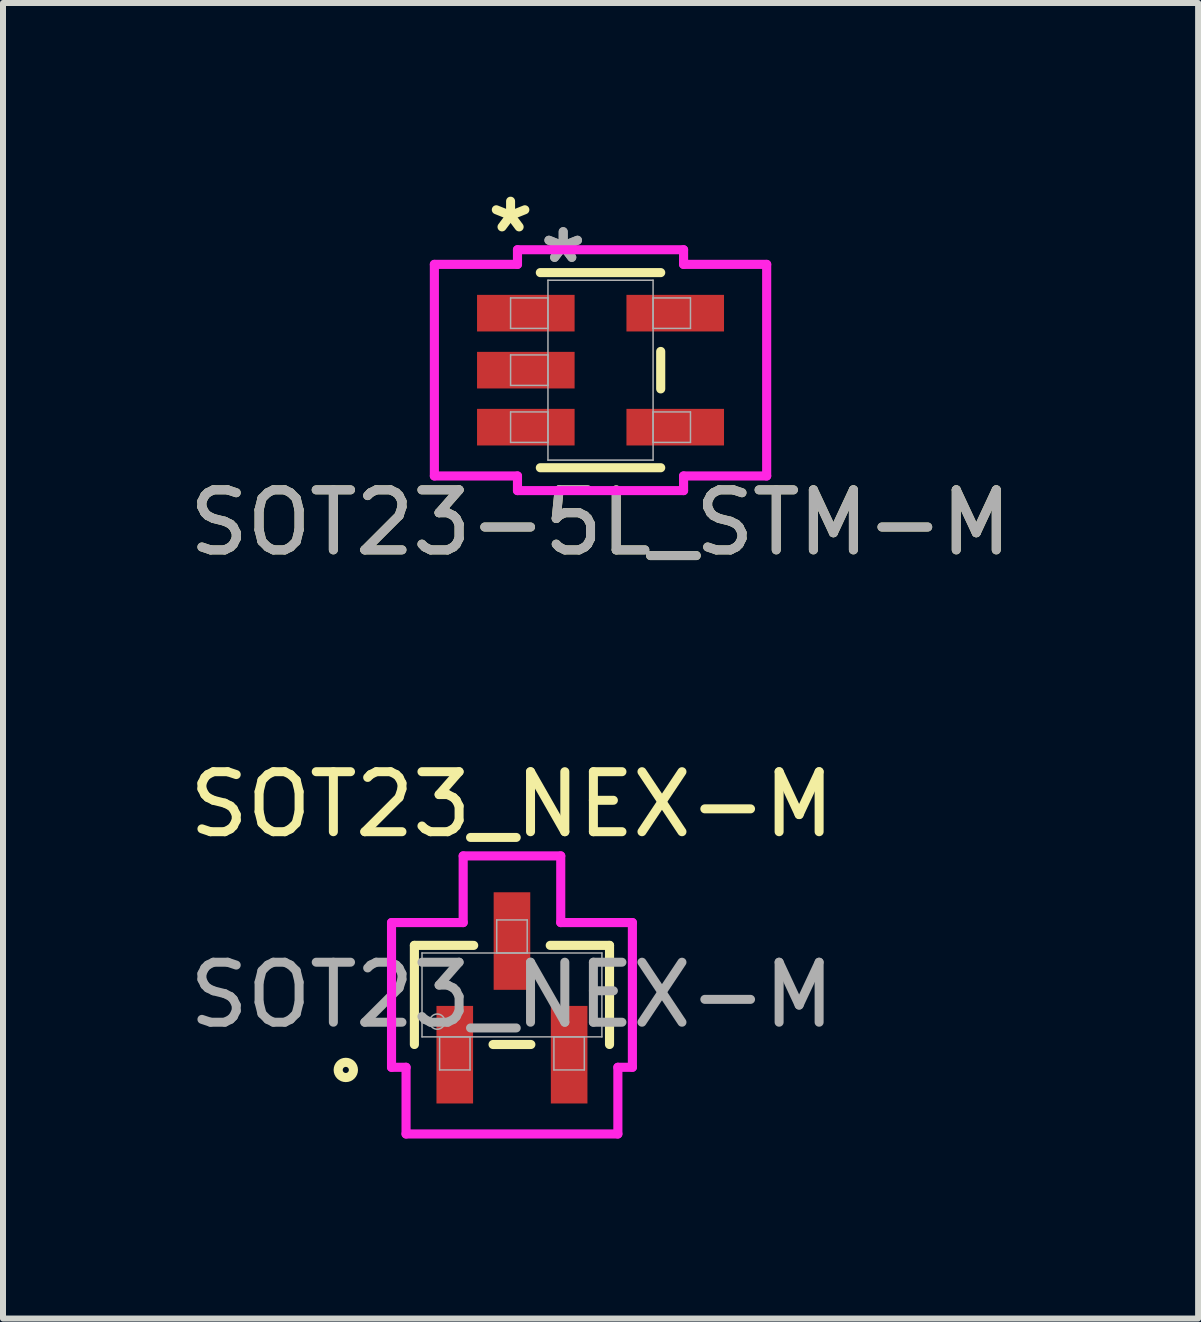
<source format=kicad_pcb>
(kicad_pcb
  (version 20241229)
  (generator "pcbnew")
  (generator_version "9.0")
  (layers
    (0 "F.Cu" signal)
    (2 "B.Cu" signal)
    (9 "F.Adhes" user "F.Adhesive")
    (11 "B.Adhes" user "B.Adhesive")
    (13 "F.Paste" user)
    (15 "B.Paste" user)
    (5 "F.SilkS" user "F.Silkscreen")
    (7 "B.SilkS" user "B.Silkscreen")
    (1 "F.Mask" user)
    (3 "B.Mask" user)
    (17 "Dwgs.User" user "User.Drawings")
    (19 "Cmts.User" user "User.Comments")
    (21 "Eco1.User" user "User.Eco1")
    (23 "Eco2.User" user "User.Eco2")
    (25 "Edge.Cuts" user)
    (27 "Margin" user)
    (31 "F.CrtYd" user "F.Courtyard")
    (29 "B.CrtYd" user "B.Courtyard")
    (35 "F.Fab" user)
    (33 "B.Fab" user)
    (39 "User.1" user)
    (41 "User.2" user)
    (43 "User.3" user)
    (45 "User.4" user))
  (footprint "SOT23-5L_STM-M"
    (layer "F.Cu")
    (at 6.958 3.119)
    (property "Reference" "SOT23-5L_STM-M" (at 0 2.54 0) (unlocked yes) (layer "F.SilkS") (effects (font (size 1 1) (thickness 0.15))))
    (attr smd)
    (fp_line (start -1.003 1.626) (end 1.003 1.626) (stroke (width 0.152) (type solid)) (layer "F.SilkS"))
    (fp_line (start 1.003 -1.626) (end -1.003 -1.626) (stroke (width 0.152) (type solid)) (layer "F.SilkS"))
    (fp_line (start 1.003 0.312) (end 1.003 -0.312) (stroke (width 0.152) (type solid)) (layer "F.SilkS"))
    (fp_line (start -2.769 -1.763) (end -1.384 -1.763) (stroke (width 0.152) (type solid)) (layer "F.CrtYd"))
    (fp_line (start -2.769 1.763) (end -2.769 -1.763) (stroke (width 0.152) (type solid)) (layer "F.CrtYd"))
    (fp_line (start -1.384 -2.007) (end 1.384 -2.007) (stroke (width 0.152) (type solid)) (layer "F.CrtYd"))
    (fp_line (start -1.384 -1.763) (end -1.384 -2.007) (stroke (width 0.152) (type solid)) (layer "F.CrtYd"))
    (fp_line (start -1.384 1.763) (end -2.769 1.763) (stroke (width 0.152) (type solid)) (layer "F.CrtYd"))
    (fp_line (start -1.384 2.007) (end -1.384 1.763) (stroke (width 0.152) (type solid)) (layer "F.CrtYd"))
    (fp_line (start 1.384 -2.007) (end 1.384 -1.763) (stroke (width 0.152) (type solid)) (layer "F.CrtYd"))
    (fp_line (start 1.384 -1.763) (end 2.769 -1.763) (stroke (width 0.152) (type solid)) (layer "F.CrtYd"))
    (fp_line (start 1.384 1.763) (end 1.384 2.007) (stroke (width 0.152) (type solid)) (layer "F.CrtYd"))
    (fp_line (start 1.384 2.007) (end -1.384 2.007) (stroke (width 0.152) (type solid)) (layer "F.CrtYd"))
    (fp_line (start 2.769 -1.763) (end 2.769 1.763) (stroke (width 0.152) (type solid)) (layer "F.CrtYd"))
    (fp_line (start 2.769 1.763) (end 1.384 1.763) (stroke (width 0.152) (type solid)) (layer "F.CrtYd"))
    (fp_line (start -1.499 -1.204) (end -1.499 -0.696) (stroke (width 0.025) (type solid)) (layer "F.Fab"))
    (fp_line (start -1.499 -0.696) (end -0.876 -0.696) (stroke (width 0.025) (type solid)) (layer "F.Fab"))
    (fp_line (start -1.499 -0.254) (end -1.499 0.254) (stroke (width 0.025) (type solid)) (layer "F.Fab"))
    (fp_line (start -1.499 0.254) (end -0.876 0.254) (stroke (width 0.025) (type solid)) (layer "F.Fab"))
    (fp_line (start -1.499 0.696) (end -1.499 1.204) (stroke (width 0.025) (type solid)) (layer "F.Fab"))
    (fp_line (start -1.499 1.204) (end -0.876 1.204) (stroke (width 0.025) (type solid)) (layer "F.Fab"))
    (fp_line (start -0.876 -1.499) (end -0.876 1.499) (stroke (width 0.025) (type solid)) (layer "F.Fab"))
    (fp_line (start -0.876 -1.204) (end -1.499 -1.204) (stroke (width 0.025) (type solid)) (layer "F.Fab"))
    (fp_line (start -0.876 -0.696) (end -0.876 -1.204) (stroke (width 0.025) (type solid)) (layer "F.Fab"))
    (fp_line (start -0.876 -0.254) (end -1.499 -0.254) (stroke (width 0.025) (type solid)) (layer "F.Fab"))
    (fp_line (start -0.876 0.254) (end -0.876 -0.254) (stroke (width 0.025) (type solid)) (layer "F.Fab"))
    (fp_line (start -0.876 0.696) (end -1.499 0.696) (stroke (width 0.025) (type solid)) (layer "F.Fab"))
    (fp_line (start -0.876 1.204) (end -0.876 0.696) (stroke (width 0.025) (type solid)) (layer "F.Fab"))
    (fp_line (start -0.876 1.499) (end 0.876 1.499) (stroke (width 0.025) (type solid)) (layer "F.Fab"))
    (fp_line (start 0.876 -1.499) (end -0.876 -1.499) (stroke (width 0.025) (type solid)) (layer "F.Fab"))
    (fp_line (start 0.876 -1.204) (end 0.876 -0.696) (stroke (width 0.025) (type solid)) (layer "F.Fab"))
    (fp_line (start 0.876 -0.696) (end 1.499 -0.696) (stroke (width 0.025) (type solid)) (layer "F.Fab"))
    (fp_line (start 0.876 0.696) (end 0.876 1.204) (stroke (width 0.025) (type solid)) (layer "F.Fab"))
    (fp_line (start 0.876 1.204) (end 1.499 1.204) (stroke (width 0.025) (type solid)) (layer "F.Fab"))
    (fp_line (start 0.876 1.499) (end 0.876 -1.499) (stroke (width 0.025) (type solid)) (layer "F.Fab"))
    (fp_line (start 1.499 -1.204) (end 0.876 -1.204) (stroke (width 0.025) (type solid)) (layer "F.Fab"))
    (fp_line (start 1.499 -0.696) (end 1.499 -1.204) (stroke (width 0.025) (type solid)) (layer "F.Fab"))
    (fp_line (start 1.499 0.696) (end 0.876 0.696) (stroke (width 0.025) (type solid)) (layer "F.Fab"))
    (fp_line (start 1.499 1.204) (end 1.499 0.696) (stroke (width 0.025) (type solid)) (layer "F.Fab"))
    (fp_text user "*" (at -1.499 -2.271 0) (unlocked yes) (layer "F.SilkS") (effects (font (size 1 1) (thickness 0.15))))
    (fp_text user "*" (at -0.622 -1.763 0) (layer "F.Fab") (effects (font (size 1 1) (thickness 0.15))))
    (fp_text user "*" (at -0.622 -1.763 0) (unlocked yes) (layer "F.Fab") (effects (font (size 1 1) (thickness 0.15))))
    (fp_text user "${REFERENCE}" (at 0 2.54 0) (unlocked yes) (layer "F.Fab") (effects (font (size 1 1) (thickness 0.15))))
    (pad "1" smd rect (at -1.245 -0.95) (size 1.626 0.61) (layers "F.Cu" "F.Mask" "F.Paste"))
    (pad "2" smd rect (at -1.245 0) (size 1.626 0.61) (layers "F.Cu" "F.Mask" "F.Paste"))
    (pad "3" smd rect (at -1.245 0.95) (size 1.626 0.61) (layers "F.Cu" "F.Mask" "F.Paste"))
    (pad "4" smd rect (at 1.245 0.95) (size 1.626 0.61) (layers "F.Cu" "F.Mask" "F.Paste"))
    (pad "5" smd rect (at 1.245 -0.95) (size 1.626 0.61) (layers "F.Cu" "F.Mask" "F.Paste")))
  (footprint "SOT23_NEX-M"
    (layer "F.Cu")
    (at 5.482 13.531)
    (property "Reference" "SOT23_NEX-M" (at 0 -3.175 0) (unlocked yes) (layer "F.SilkS") (effects (font (size 1 1) (thickness 0.15))))
    (attr smd)
    (fp_line (start -1.626 -0.826) (end -1.626 0.826) (stroke (width 0.152) (type solid)) (layer "F.SilkS"))
    (fp_line (start -0.638 -0.826) (end -1.626 -0.826) (stroke (width 0.152) (type solid)) (layer "F.SilkS"))
    (fp_line (start -0.315 0.826) (end 0.315 0.826) (stroke (width 0.152) (type solid)) (layer "F.SilkS"))
    (fp_line (start 1.626 -0.826) (end 0.638 -0.826) (stroke (width 0.152) (type solid)) (layer "F.SilkS"))
    (fp_line (start 1.626 0.826) (end 1.626 -0.826) (stroke (width 0.152) (type solid)) (layer "F.SilkS"))
    (fp_circle (center -2.769 1.25) (end -2.642 1.25) (stroke (width 0.152) (type solid)) (fill no) (layer "F.SilkS"))
    (fp_line (start -2.007 -1.206) (end -0.813 -1.206) (stroke (width 0.152) (type solid)) (layer "F.CrtYd"))
    (fp_line (start -2.007 1.206) (end -2.007 -1.206) (stroke (width 0.152) (type solid)) (layer "F.CrtYd"))
    (fp_line (start -2.007 1.206) (end -1.765 1.206) (stroke (width 0.152) (type solid)) (layer "F.CrtYd"))
    (fp_line (start -1.765 1.206) (end -1.765 2.317) (stroke (width 0.152) (type solid)) (layer "F.CrtYd"))
    (fp_line (start -1.765 2.317) (end 1.765 2.317) (stroke (width 0.152) (type solid)) (layer "F.CrtYd"))
    (fp_line (start -0.813 -2.317) (end 0.813 -2.317) (stroke (width 0.152) (type solid)) (layer "F.CrtYd"))
    (fp_line (start -0.813 -1.206) (end -0.813 -2.317) (stroke (width 0.152) (type solid)) (layer "F.CrtYd"))
    (fp_line (start 0.813 -1.206) (end 0.813 -2.317) (stroke (width 0.152) (type solid)) (layer "F.CrtYd"))
    (fp_line (start 1.765 1.206) (end 1.765 2.317) (stroke (width 0.152) (type solid)) (layer "F.CrtYd"))
    (fp_line (start 2.007 -1.206) (end 0.813 -1.206) (stroke (width 0.152) (type solid)) (layer "F.CrtYd"))
    (fp_line (start 2.007 -1.206) (end 2.007 1.206) (stroke (width 0.152) (type solid)) (layer "F.CrtYd"))
    (fp_line (start 2.007 1.206) (end 1.765 1.206) (stroke (width 0.152) (type solid)) (layer "F.CrtYd"))
    (fp_line (start -1.499 -0.699) (end -1.499 0.699) (stroke (width 0.025) (type solid)) (layer "F.Fab"))
    (fp_line (start -1.499 0.699) (end 1.499 0.699) (stroke (width 0.025) (type solid)) (layer "F.Fab"))
    (fp_line (start -1.206 0.699) (end -1.206 1.25) (stroke (width 0.025) (type solid)) (layer "F.Fab"))
    (fp_line (start -1.206 1.25) (end -0.699 1.25) (stroke (width 0.025) (type solid)) (layer "F.Fab"))
    (fp_line (start -0.699 0.699) (end -1.206 0.699) (stroke (width 0.025) (type solid)) (layer "F.Fab"))
    (fp_line (start -0.699 1.25) (end -0.699 0.699) (stroke (width 0.025) (type solid)) (layer "F.Fab"))
    (fp_line (start -0.254 -1.25) (end -0.254 -0.699) (stroke (width 0.025) (type solid)) (layer "F.Fab"))
    (fp_line (start -0.254 -0.699) (end 0.254 -0.699) (stroke (width 0.025) (type solid)) (layer "F.Fab"))
    (fp_line (start 0.254 -1.25) (end -0.254 -1.25) (stroke (width 0.025) (type solid)) (layer "F.Fab"))
    (fp_line (start 0.254 -0.699) (end 0.254 -1.25) (stroke (width 0.025) (type solid)) (layer "F.Fab"))
    (fp_line (start 0.699 0.699) (end 0.699 1.25) (stroke (width 0.025) (type solid)) (layer "F.Fab"))
    (fp_line (start 0.699 1.25) (end 1.206 1.25) (stroke (width 0.025) (type solid)) (layer "F.Fab"))
    (fp_line (start 1.206 0.699) (end 0.699 0.699) (stroke (width 0.025) (type solid)) (layer "F.Fab"))
    (fp_line (start 1.206 1.25) (end 1.206 0.699) (stroke (width 0.025) (type solid)) (layer "F.Fab"))
    (fp_line (start 1.499 -0.699) (end -1.499 -0.699) (stroke (width 0.025) (type solid)) (layer "F.Fab"))
    (fp_line (start 1.499 0.699) (end 1.499 -0.699) (stroke (width 0.025) (type solid)) (layer "F.Fab"))
    (fp_circle (center -1.245 0.445) (end -1.118 0.445) (stroke (width 0.025) (type solid)) (fill no) (layer "F.Fab"))
    (fp_text user "${REFERENCE}" (at 0 0 0) (unlocked yes) (layer "F.Fab") (effects (font (size 1 1) (thickness 0.15))))
    (pad "1" smd rect (at -0.953 0.996) (size 0.61 1.626) (layers "F.Cu" "F.Mask" "F.Paste"))
    (pad "2" smd rect (at 0.953 0.996) (size 0.61 1.626) (layers "F.Cu" "F.Mask" "F.Paste"))
    (pad "3" smd rect (at 0 -0.898) (size 0.61 1.626) (layers "F.Cu" "F.Mask" "F.Paste")))
  (gr_rect
    (start -3 -3)
    (end 16.917 18.924)
    (stroke (width 0.1) (type default))
    (fill no)
    (layer "Edge.Cuts")))
</source>
